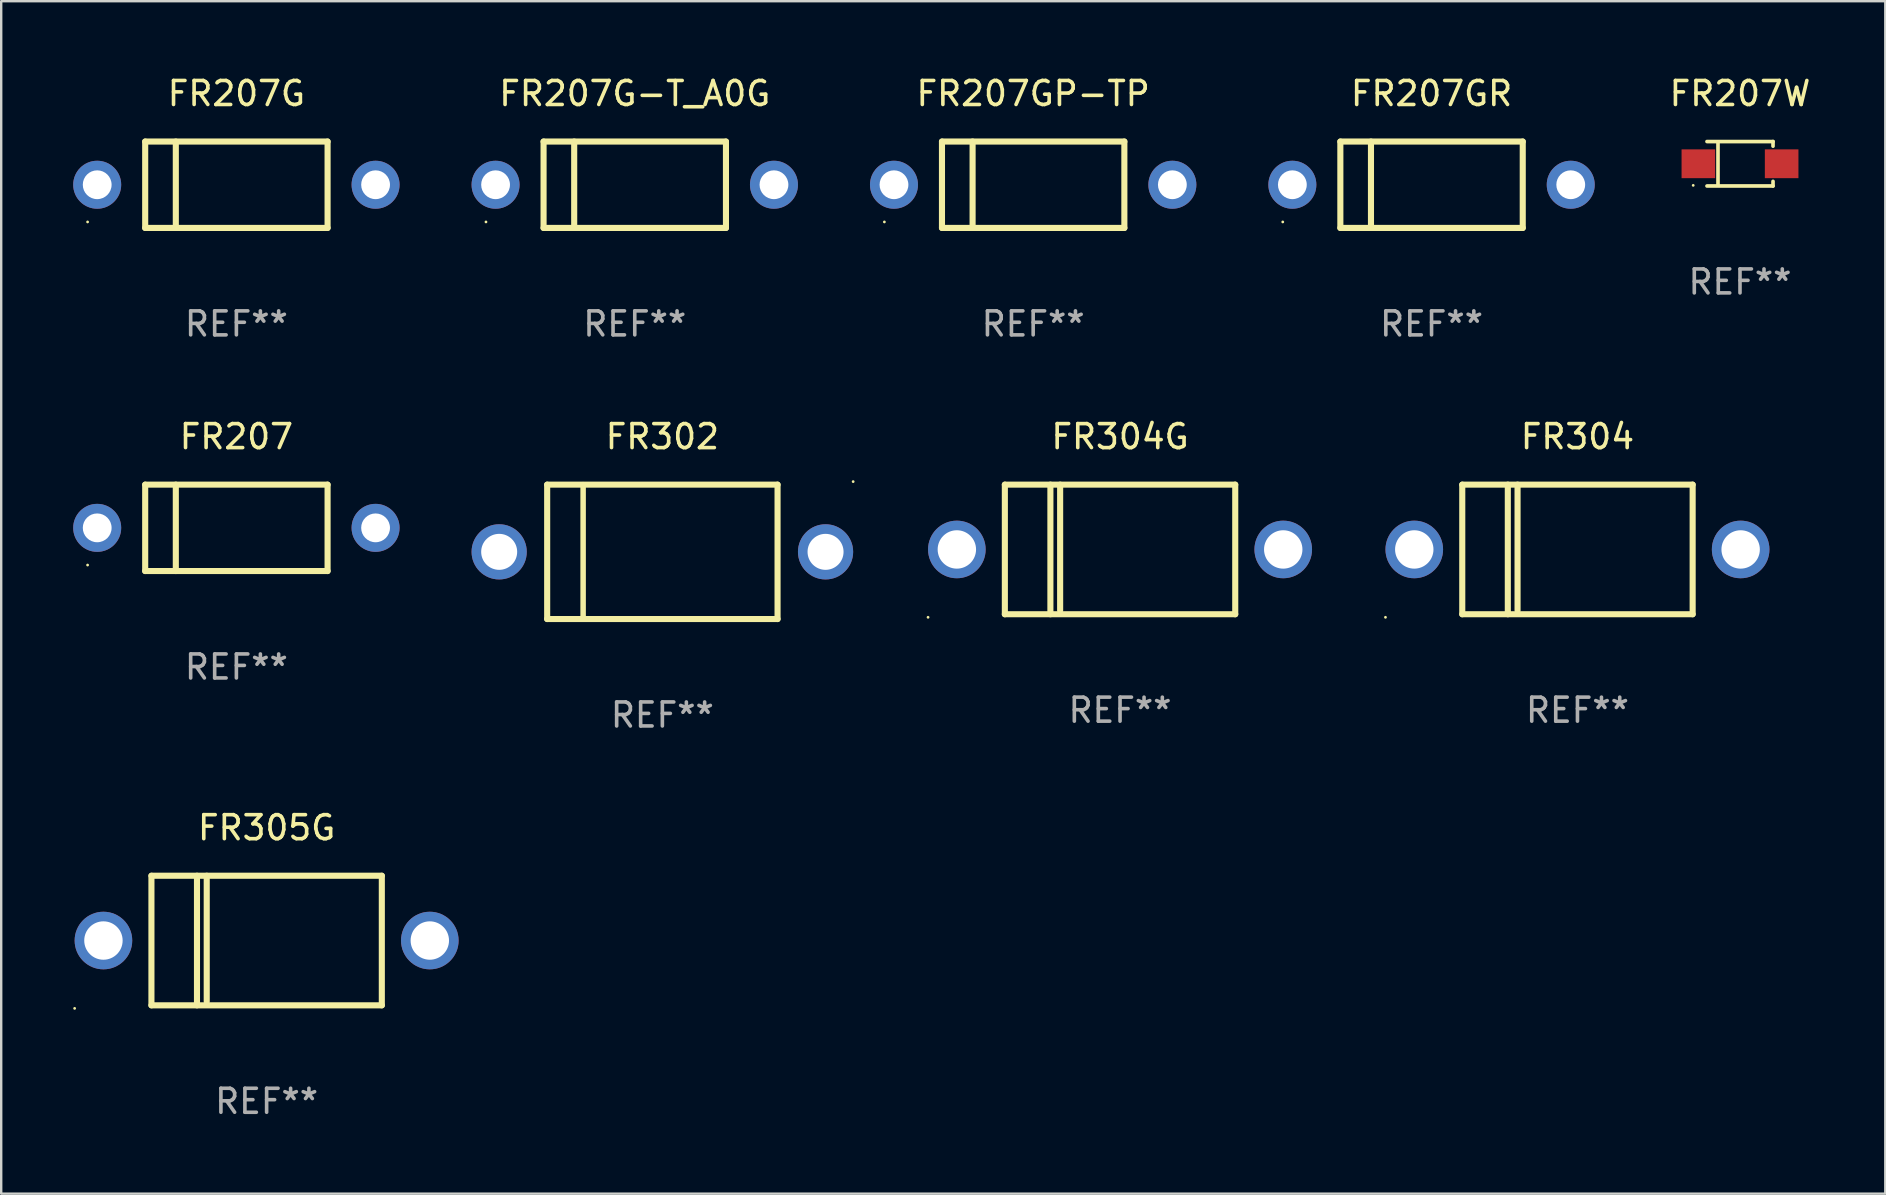
<source format=kicad_pcb>
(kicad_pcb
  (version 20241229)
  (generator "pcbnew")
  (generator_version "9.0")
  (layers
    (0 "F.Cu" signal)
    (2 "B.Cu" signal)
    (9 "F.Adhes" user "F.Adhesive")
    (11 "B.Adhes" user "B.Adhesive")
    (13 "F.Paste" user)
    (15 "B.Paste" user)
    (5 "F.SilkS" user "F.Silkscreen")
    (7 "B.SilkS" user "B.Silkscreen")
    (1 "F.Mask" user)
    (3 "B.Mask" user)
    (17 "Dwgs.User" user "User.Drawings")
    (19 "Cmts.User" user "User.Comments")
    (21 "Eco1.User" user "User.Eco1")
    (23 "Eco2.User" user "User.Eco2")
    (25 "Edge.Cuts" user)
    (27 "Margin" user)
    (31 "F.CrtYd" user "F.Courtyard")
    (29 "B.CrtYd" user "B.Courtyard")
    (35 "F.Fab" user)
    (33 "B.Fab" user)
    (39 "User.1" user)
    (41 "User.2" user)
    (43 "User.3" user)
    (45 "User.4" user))
  (footprint "FR207GR"
    (layer "F.Cu")
    (at 56.601 4.648)
    (property "Reference" "FR207GR" (at 0 -3.8 0) (layer "F.SilkS") (effects (font (size 1 1) (thickness 0.15))))
    (attr through_hole)
    (fp_line (start -3.8 -1.8) (end -3.8 1.8) (stroke (width 0.254) (type solid)) (layer "F.SilkS"))
    (fp_line (start -3.8 -1.8) (end 3.8 -1.8) (stroke (width 0.254) (type solid)) (layer "F.SilkS"))
    (fp_line (start -3.8 1.8) (end 3.8 1.8) (stroke (width 0.254) (type solid)) (layer "F.SilkS"))
    (fp_line (start -2.524 -1.8) (end -2.524 1.8) (stroke (width 0.254) (type solid)) (layer "F.SilkS"))
    (fp_line (start 3.8 -1.8) (end 3.8 1.8) (stroke (width 0.254) (type solid)) (layer "F.SilkS"))
    (fp_circle (center -6.2 1.55) (end -6.17 1.55) (stroke (width 0.06) (type solid)) (fill no) (layer "F.SilkS"))
    (fp_text user "REF**" (at 0 5.8 0) (layer "F.Fab") (effects (font (size 1 1) (thickness 0.15))))
    (pad "1" thru_hole circle (at -5.8 0) (size 2 2) (drill 1.2) (layers "*.Cu" "*.Mask"))
    (pad "2" thru_hole circle (at 5.8 0) (size 2 2) (drill 1.2) (layers "*.Cu" "*.Mask")))
  (footprint "FR304G"
    (layer "F.Cu")
    (at 43.621 19.845)
    (property "Reference" "FR304G" (at 0 -4.7 0) (layer "F.SilkS") (effects (font (size 1 1) (thickness 0.15))))
    (attr through_hole)
    (fp_line (start -4.8 -2.7) (end -4.8 2.7) (stroke (width 0.254) (type solid)) (layer "F.SilkS"))
    (fp_line (start -4.8 -2.7) (end 4.8 -2.7) (stroke (width 0.254) (type solid)) (layer "F.SilkS"))
    (fp_line (start -2.902 -2.7) (end -2.902 2.7) (stroke (width 0.254) (type solid)) (layer "F.SilkS"))
    (fp_line (start -2.496 -2.7) (end -2.496 2.54) (stroke (width 0.254) (type solid)) (layer "F.SilkS"))
    (fp_line (start 4.8 -2.7) (end 4.8 2.7) (stroke (width 0.254) (type solid)) (layer "F.SilkS"))
    (fp_line (start 4.8 2.7) (end -4.8 2.7) (stroke (width 0.254) (type solid)) (layer "F.SilkS"))
    (fp_circle (center -8 2.827) (end -7.97 2.827) (stroke (width 0.06) (type solid)) (fill no) (layer "F.SilkS"))
    (fp_text user "REF**" (at 0 6.7 0) (layer "F.Fab") (effects (font (size 1 1) (thickness 0.15))))
    (pad "1" thru_hole circle (at -6.8 0) (size 2.4 2.4) (drill 1.6) (layers "*.Cu" "*.Mask"))
    (pad "2" thru_hole circle (at 6.8 0) (size 2.4 2.4) (drill 1.6) (layers "*.Cu" "*.Mask")))
  (footprint "FR305G"
    (layer "F.Cu")
    (at 8.06 36.141)
    (property "Reference" "FR305G" (at 0 -4.7 0) (layer "F.SilkS") (effects (font (size 1 1) (thickness 0.15))))
    (attr through_hole)
    (fp_line (start -4.8 -2.7) (end -4.8 2.7) (stroke (width 0.254) (type solid)) (layer "F.SilkS"))
    (fp_line (start -4.8 -2.7) (end 4.8 -2.7) (stroke (width 0.254) (type solid)) (layer "F.SilkS"))
    (fp_line (start -2.902 -2.7) (end -2.902 2.7) (stroke (width 0.254) (type solid)) (layer "F.SilkS"))
    (fp_line (start -2.496 -2.7) (end -2.496 2.54) (stroke (width 0.254) (type solid)) (layer "F.SilkS"))
    (fp_line (start 4.8 -2.7) (end 4.8 2.7) (stroke (width 0.254) (type solid)) (layer "F.SilkS"))
    (fp_line (start 4.8 2.7) (end -4.8 2.7) (stroke (width 0.254) (type solid)) (layer "F.SilkS"))
    (fp_circle (center -8 2.827) (end -7.97 2.827) (stroke (width 0.06) (type solid)) (fill no) (layer "F.SilkS"))
    (fp_text user "REF**" (at 0 6.7 0) (layer "F.Fab") (effects (font (size 1 1) (thickness 0.15))))
    (pad "1" thru_hole circle (at -6.8 0) (size 2.4 2.4) (drill 1.6) (layers "*.Cu" "*.Mask"))
    (pad "2" thru_hole circle (at 6.8 0) (size 2.4 2.4) (drill 1.6) (layers "*.Cu" "*.Mask")))
  (footprint "FR207G"
    (layer "F.Cu")
    (at 6.8 4.648)
    (property "Reference" "FR207G" (at 0 -3.8 0) (layer "F.SilkS") (effects (font (size 1 1) (thickness 0.15))))
    (attr through_hole)
    (fp_line (start -3.8 -1.8) (end -3.8 1.8) (stroke (width 0.254) (type solid)) (layer "F.SilkS"))
    (fp_line (start -3.8 -1.8) (end 3.8 -1.8) (stroke (width 0.254) (type solid)) (layer "F.SilkS"))
    (fp_line (start -3.8 1.8) (end 3.8 1.8) (stroke (width 0.254) (type solid)) (layer "F.SilkS"))
    (fp_line (start -2.524 -1.8) (end -2.524 1.8) (stroke (width 0.254) (type solid)) (layer "F.SilkS"))
    (fp_line (start 3.8 -1.8) (end 3.8 1.8) (stroke (width 0.254) (type solid)) (layer "F.SilkS"))
    (fp_circle (center -6.2 1.55) (end -6.17 1.55) (stroke (width 0.06) (type solid)) (fill no) (layer "F.SilkS"))
    (fp_text user "REF**" (at 0 5.8 0) (layer "F.Fab") (effects (font (size 1 1) (thickness 0.15))))
    (pad "1" thru_hole circle (at -5.8 0) (size 2 2) (drill 1.2) (layers "*.Cu" "*.Mask"))
    (pad "2" thru_hole circle (at 5.8 0) (size 2 2) (drill 1.2) (layers "*.Cu" "*.Mask")))
  (footprint "FR207"
    (layer "F.Cu")
    (at 6.8 18.945)
    (property "Reference" "FR207" (at 0 -3.8 0) (layer "F.SilkS") (effects (font (size 1 1) (thickness 0.15))))
    (attr through_hole)
    (fp_line (start -3.8 -1.8) (end -3.8 1.8) (stroke (width 0.254) (type solid)) (layer "F.SilkS"))
    (fp_line (start -3.8 -1.8) (end 3.8 -1.8) (stroke (width 0.254) (type solid)) (layer "F.SilkS"))
    (fp_line (start -3.8 1.8) (end 3.8 1.8) (stroke (width 0.254) (type solid)) (layer "F.SilkS"))
    (fp_line (start -2.524 -1.8) (end -2.524 1.8) (stroke (width 0.254) (type solid)) (layer "F.SilkS"))
    (fp_line (start 3.8 -1.8) (end 3.8 1.8) (stroke (width 0.254) (type solid)) (layer "F.SilkS"))
    (fp_circle (center -6.2 1.55) (end -6.17 1.55) (stroke (width 0.06) (type solid)) (fill no) (layer "F.SilkS"))
    (fp_text user "REF**" (at 0 5.8 0) (layer "F.Fab") (effects (font (size 1 1) (thickness 0.15))))
    (pad "1" thru_hole circle (at -5.8 0) (size 2 2) (drill 1.2) (layers "*.Cu" "*.Mask"))
    (pad "2" thru_hole circle (at 5.8 0) (size 2 2) (drill 1.2) (layers "*.Cu" "*.Mask")))
  (footprint "FR304"
    (layer "F.Cu")
    (at 62.681 19.845)
    (property "Reference" "FR304" (at 0 -4.7 0) (layer "F.SilkS") (effects (font (size 1 1) (thickness 0.15))))
    (attr through_hole)
    (fp_line (start -4.8 -2.7) (end -4.8 2.7) (stroke (width 0.254) (type solid)) (layer "F.SilkS"))
    (fp_line (start -4.8 -2.7) (end 4.8 -2.7) (stroke (width 0.254) (type solid)) (layer "F.SilkS"))
    (fp_line (start -2.902 -2.7) (end -2.902 2.7) (stroke (width 0.254) (type solid)) (layer "F.SilkS"))
    (fp_line (start -2.496 -2.7) (end -2.496 2.54) (stroke (width 0.254) (type solid)) (layer "F.SilkS"))
    (fp_line (start 4.8 -2.7) (end 4.8 2.7) (stroke (width 0.254) (type solid)) (layer "F.SilkS"))
    (fp_line (start 4.8 2.7) (end -4.8 2.7) (stroke (width 0.254) (type solid)) (layer "F.SilkS"))
    (fp_circle (center -8 2.827) (end -7.97 2.827) (stroke (width 0.06) (type solid)) (fill no) (layer "F.SilkS"))
    (fp_text user "REF**" (at 0 6.7 0) (layer "F.Fab") (effects (font (size 1 1) (thickness 0.15))))
    (pad "1" thru_hole circle (at -6.8 0) (size 2.4 2.4) (drill 1.6) (layers "*.Cu" "*.Mask"))
    (pad "2" thru_hole circle (at 6.8 0) (size 2.4 2.4) (drill 1.6) (layers "*.Cu" "*.Mask")))
  (footprint "FR207G-T_A0G"
    (layer "F.Cu")
    (at 23.4 4.648)
    (property "Reference" "FR207G-T_A0G" (at 0 -3.8 0) (layer "F.SilkS") (effects (font (size 1 1) (thickness 0.15))))
    (attr through_hole)
    (fp_line (start -3.8 -1.8) (end -3.8 1.8) (stroke (width 0.254) (type solid)) (layer "F.SilkS"))
    (fp_line (start -3.8 -1.8) (end 3.8 -1.8) (stroke (width 0.254) (type solid)) (layer "F.SilkS"))
    (fp_line (start -3.8 1.8) (end 3.8 1.8) (stroke (width 0.254) (type solid)) (layer "F.SilkS"))
    (fp_line (start -2.524 -1.8) (end -2.524 1.8) (stroke (width 0.254) (type solid)) (layer "F.SilkS"))
    (fp_line (start 3.8 -1.8) (end 3.8 1.8) (stroke (width 0.254) (type solid)) (layer "F.SilkS"))
    (fp_circle (center -6.2 1.55) (end -6.17 1.55) (stroke (width 0.06) (type solid)) (fill no) (layer "F.SilkS"))
    (fp_text user "REF**" (at 0 5.8 0) (layer "F.Fab") (effects (font (size 1 1) (thickness 0.15))))
    (pad "1" thru_hole circle (at -5.8 0) (size 2 2) (drill 1.2) (layers "*.Cu" "*.Mask"))
    (pad "2" thru_hole circle (at 5.8 0) (size 2 2) (drill 1.2) (layers "*.Cu" "*.Mask")))
  (footprint "FR207W"
    (layer "F.Cu")
    (at 69.454 3.774)
    (property "Reference" "FR207W" (at 0 -2.926 0) (layer "F.SilkS") (effects (font (size 1 1) (thickness 0.15))))
    (attr through_hole)
    (fp_line (start -1.376 -0.926) (end 1.376 -0.926) (stroke (width 0.152) (type solid)) (layer "F.SilkS"))
    (fp_line (start -1.376 0.926) (end 1.376 0.926) (stroke (width 0.152) (type solid)) (layer "F.SilkS"))
    (fp_line (start -0.917 -0.876) (end -0.917 0.876) (stroke (width 0.152) (type solid)) (layer "F.SilkS"))
    (fp_line (start 1.376 -0.926) (end 1.376 -0.733) (stroke (width 0.152) (type solid)) (layer "F.SilkS"))
    (fp_line (start 1.376 0.926) (end 1.376 0.733) (stroke (width 0.152) (type solid)) (layer "F.SilkS"))
    (fp_circle (center -1.95 0.9) (end -1.92 0.9) (stroke (width 0.06) (type solid)) (fill no) (layer "F.SilkS"))
    (fp_text user "REF**" (at 0 4.926 0) (layer "F.Fab") (effects (font (size 1 1) (thickness 0.15))))
    (pad "1" smd rect (at -1.735 0) (size 1.4 1.2) (layers "F.Cu" "F.Mask" "F.Paste"))
    (pad "2" smd rect (at 1.735 0) (size 1.4 1.2) (layers "F.Cu" "F.Mask" "F.Paste")))
  (footprint "FR207GP-TP"
    (layer "F.Cu")
    (at 40.001 4.648)
    (property "Reference" "FR207GP-TP" (at 0 -3.8 0) (layer "F.SilkS") (effects (font (size 1 1) (thickness 0.15))))
    (attr through_hole)
    (fp_line (start -3.8 -1.8) (end -3.8 1.8) (stroke (width 0.254) (type solid)) (layer "F.SilkS"))
    (fp_line (start -3.8 -1.8) (end 3.8 -1.8) (stroke (width 0.254) (type solid)) (layer "F.SilkS"))
    (fp_line (start -3.8 1.8) (end 3.8 1.8) (stroke (width 0.254) (type solid)) (layer "F.SilkS"))
    (fp_line (start -2.524 -1.8) (end -2.524 1.8) (stroke (width 0.254) (type solid)) (layer "F.SilkS"))
    (fp_line (start 3.8 -1.8) (end 3.8 1.8) (stroke (width 0.254) (type solid)) (layer "F.SilkS"))
    (fp_circle (center -6.2 1.55) (end -6.17 1.55) (stroke (width 0.06) (type solid)) (fill no) (layer "F.SilkS"))
    (fp_text user "REF**" (at 0 5.8 0) (layer "F.Fab") (effects (font (size 1 1) (thickness 0.15))))
    (pad "1" thru_hole circle (at -5.8 0) (size 2 2) (drill 1.2) (layers "*.Cu" "*.Mask"))
    (pad "2" thru_hole circle (at 5.8 0) (size 2 2) (drill 1.2) (layers "*.Cu" "*.Mask")))
  (footprint "FR302"
    (layer "F.Cu")
    (at 24.55 19.945)
    (property "Reference" "FR302" (at 0 -4.8 0) (layer "F.SilkS") (effects (font (size 1 1) (thickness 0.15))))
    (attr through_hole)
    (fp_line (start -4.8 -2.8) (end -4.8 2.8) (stroke (width 0.254) (type solid)) (layer "F.SilkS"))
    (fp_line (start -4.8 -2.8) (end 4.8 -2.8) (stroke (width 0.254) (type solid)) (layer "F.SilkS"))
    (fp_line (start -4.8 2.8) (end 4.8 2.8) (stroke (width 0.254) (type solid)) (layer "F.SilkS"))
    (fp_line (start -3.302 2.8) (end -3.302 -2.8) (stroke (width 0.229) (type solid)) (layer "F.SilkS"))
    (fp_line (start 4.8 -2.8) (end 4.8 2.8) (stroke (width 0.254) (type solid)) (layer "F.SilkS"))
    (fp_circle (center 7.95 -2.927) (end 7.98 -2.927) (stroke (width 0.06) (type solid)) (fill no) (layer "F.SilkS"))
    (fp_text user "REF**" (at 0 6.8 0) (layer "F.Fab") (effects (font (size 1 1) (thickness 0.15))))
    (pad "1" thru_hole circle (at 6.8 0) (size 2.3 2.3) (drill 1.5) (layers "*.Cu" "*.Mask"))
    (pad "2" thru_hole circle (at -6.8 0) (size 2.3 2.3) (drill 1.5) (layers "*.Cu" "*.Mask")))
  (gr_rect
    (start -3 -3)
    (end 75.508 46.69)
    (stroke (width 0.1) (type default))
    (fill no)
    (layer "Edge.Cuts")))
</source>
